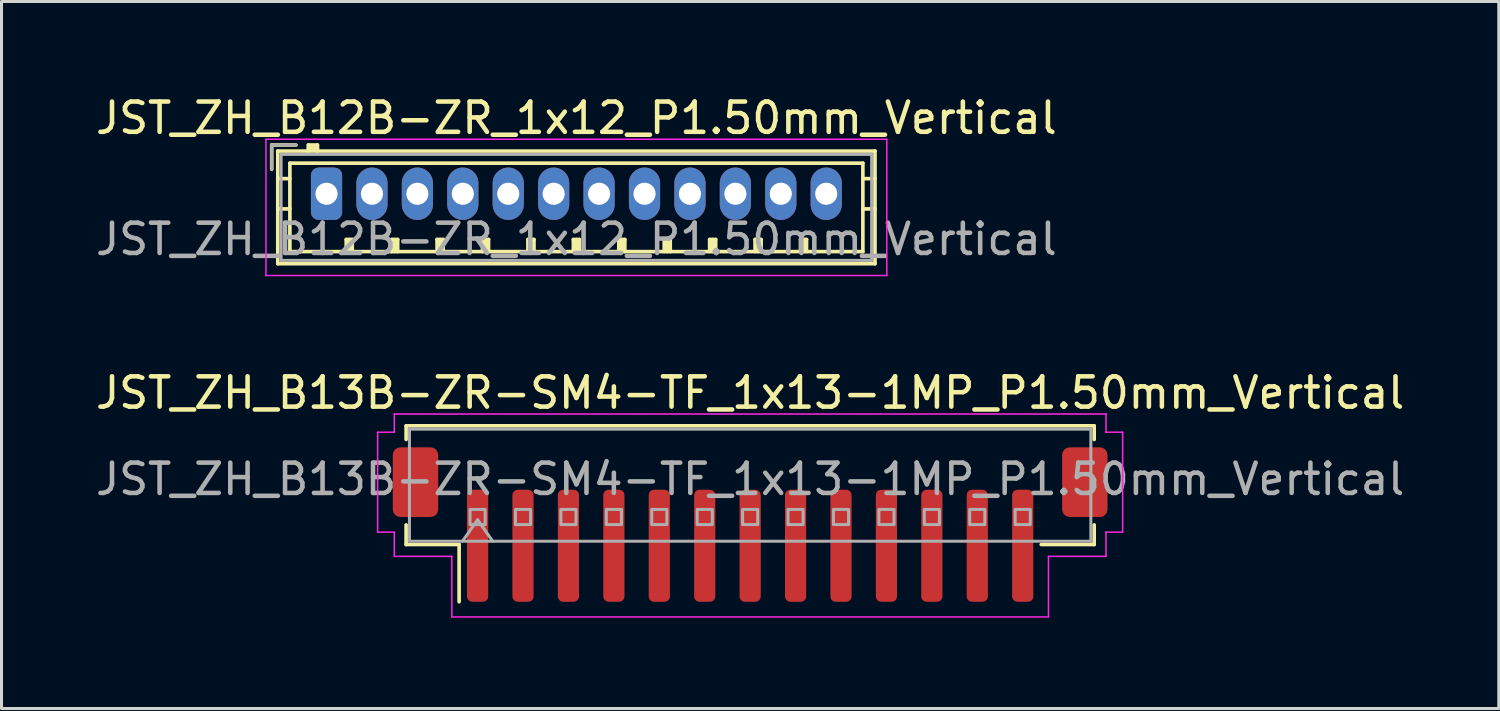
<source format=kicad_pcb>
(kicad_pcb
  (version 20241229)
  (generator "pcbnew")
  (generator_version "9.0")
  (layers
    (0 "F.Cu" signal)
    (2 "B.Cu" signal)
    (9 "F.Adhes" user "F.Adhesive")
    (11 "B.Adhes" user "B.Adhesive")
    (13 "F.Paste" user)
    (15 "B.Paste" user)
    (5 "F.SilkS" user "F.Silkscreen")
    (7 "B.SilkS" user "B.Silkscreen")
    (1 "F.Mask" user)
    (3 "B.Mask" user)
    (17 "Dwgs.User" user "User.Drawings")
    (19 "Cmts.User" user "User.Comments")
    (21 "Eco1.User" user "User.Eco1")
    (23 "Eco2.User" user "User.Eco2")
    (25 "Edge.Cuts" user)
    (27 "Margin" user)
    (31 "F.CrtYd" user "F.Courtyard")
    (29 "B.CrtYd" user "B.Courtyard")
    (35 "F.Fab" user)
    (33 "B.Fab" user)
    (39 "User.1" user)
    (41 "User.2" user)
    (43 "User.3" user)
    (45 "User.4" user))
  (footprint "JST_ZH_B12B-ZR_1x12_P1.50mm_Vertical"
    (layer "F.Cu")
    (at 7.732 3.348)
    (property "Reference" "JST_ZH_B12B-ZR_1x12_P1.50mm_Vertical" (at 8.25 -2.5 0) (layer "F.SilkS") (effects (font (size 1 1) (thickness 0.15))))
    (attr through_hole)
    (fp_line (start -1.81 -1.61) (end -1.81 -0.81) (stroke (width 0.12) (type solid)) (layer "F.SilkS"))
    (fp_line (start -1.61 -1.41) (end -1.61 2.31) (stroke (width 0.12) (type solid)) (layer "F.SilkS"))
    (fp_line (start -1.61 -0.5) (end -1.21 -0.5) (stroke (width 0.12) (type solid)) (layer "F.SilkS"))
    (fp_line (start -1.61 0.5) (end -1.21 0.5) (stroke (width 0.12) (type solid)) (layer "F.SilkS"))
    (fp_line (start -1.61 2.31) (end 18.11 2.31) (stroke (width 0.12) (type solid)) (layer "F.SilkS"))
    (fp_line (start -1.21 -1.01) (end -1.21 1.91) (stroke (width 0.12) (type solid)) (layer "F.SilkS"))
    (fp_line (start -1.21 1.91) (end 17.71 1.91) (stroke (width 0.12) (type solid)) (layer "F.SilkS"))
    (fp_line (start -1.01 -1.61) (end -1.81 -1.61) (stroke (width 0.12) (type solid)) (layer "F.SilkS"))
    (fp_line (start -0.6 -1.61) (end -0.6 -1.41) (stroke (width 0.12) (type solid)) (layer "F.SilkS"))
    (fp_line (start -0.3 -1.61) (end -0.6 -1.61) (stroke (width 0.12) (type solid)) (layer "F.SilkS"))
    (fp_line (start -0.3 -1.51) (end -0.6 -1.51) (stroke (width 0.12) (type solid)) (layer "F.SilkS"))
    (fp_line (start -0.3 -1.41) (end -0.3 -1.61) (stroke (width 0.12) (type solid)) (layer "F.SilkS"))
    (fp_line (start 0.65 1.51) (end 0.85 1.51) (stroke (width 0.12) (type solid)) (layer "F.SilkS"))
    (fp_line (start 0.65 1.91) (end 0.65 1.51) (stroke (width 0.12) (type solid)) (layer "F.SilkS"))
    (fp_line (start 0.75 1.91) (end 0.75 1.51) (stroke (width 0.12) (type solid)) (layer "F.SilkS"))
    (fp_line (start 0.85 1.51) (end 0.85 1.91) (stroke (width 0.12) (type solid)) (layer "F.SilkS"))
    (fp_line (start 2.15 1.51) (end 2.35 1.51) (stroke (width 0.12) (type solid)) (layer "F.SilkS"))
    (fp_line (start 2.15 1.91) (end 2.15 1.51) (stroke (width 0.12) (type solid)) (layer "F.SilkS"))
    (fp_line (start 2.25 1.91) (end 2.25 1.51) (stroke (width 0.12) (type solid)) (layer "F.SilkS"))
    (fp_line (start 2.35 1.51) (end 2.35 1.91) (stroke (width 0.12) (type solid)) (layer "F.SilkS"))
    (fp_line (start 3.65 1.51) (end 3.85 1.51) (stroke (width 0.12) (type solid)) (layer "F.SilkS"))
    (fp_line (start 3.65 1.91) (end 3.65 1.51) (stroke (width 0.12) (type solid)) (layer "F.SilkS"))
    (fp_line (start 3.75 1.91) (end 3.75 1.51) (stroke (width 0.12) (type solid)) (layer "F.SilkS"))
    (fp_line (start 3.85 1.51) (end 3.85 1.91) (stroke (width 0.12) (type solid)) (layer "F.SilkS"))
    (fp_line (start 5.15 1.51) (end 5.35 1.51) (stroke (width 0.12) (type solid)) (layer "F.SilkS"))
    (fp_line (start 5.15 1.91) (end 5.15 1.51) (stroke (width 0.12) (type solid)) (layer "F.SilkS"))
    (fp_line (start 5.25 1.91) (end 5.25 1.51) (stroke (width 0.12) (type solid)) (layer "F.SilkS"))
    (fp_line (start 5.35 1.51) (end 5.35 1.91) (stroke (width 0.12) (type solid)) (layer "F.SilkS"))
    (fp_line (start 6.65 1.51) (end 6.85 1.51) (stroke (width 0.12) (type solid)) (layer "F.SilkS"))
    (fp_line (start 6.65 1.91) (end 6.65 1.51) (stroke (width 0.12) (type solid)) (layer "F.SilkS"))
    (fp_line (start 6.75 1.91) (end 6.75 1.51) (stroke (width 0.12) (type solid)) (layer "F.SilkS"))
    (fp_line (start 6.85 1.51) (end 6.85 1.91) (stroke (width 0.12) (type solid)) (layer "F.SilkS"))
    (fp_line (start 8.15 1.51) (end 8.35 1.51) (stroke (width 0.12) (type solid)) (layer "F.SilkS"))
    (fp_line (start 8.15 1.91) (end 8.15 1.51) (stroke (width 0.12) (type solid)) (layer "F.SilkS"))
    (fp_line (start 8.25 1.91) (end 8.25 1.51) (stroke (width 0.12) (type solid)) (layer "F.SilkS"))
    (fp_line (start 8.35 1.51) (end 8.35 1.91) (stroke (width 0.12) (type solid)) (layer "F.SilkS"))
    (fp_line (start 9.65 1.51) (end 9.85 1.51) (stroke (width 0.12) (type solid)) (layer "F.SilkS"))
    (fp_line (start 9.65 1.91) (end 9.65 1.51) (stroke (width 0.12) (type solid)) (layer "F.SilkS"))
    (fp_line (start 9.75 1.91) (end 9.75 1.51) (stroke (width 0.12) (type solid)) (layer "F.SilkS"))
    (fp_line (start 9.85 1.51) (end 9.85 1.91) (stroke (width 0.12) (type solid)) (layer "F.SilkS"))
    (fp_line (start 11.15 1.51) (end 11.35 1.51) (stroke (width 0.12) (type solid)) (layer "F.SilkS"))
    (fp_line (start 11.15 1.91) (end 11.15 1.51) (stroke (width 0.12) (type solid)) (layer "F.SilkS"))
    (fp_line (start 11.25 1.91) (end 11.25 1.51) (stroke (width 0.12) (type solid)) (layer "F.SilkS"))
    (fp_line (start 11.35 1.51) (end 11.35 1.91) (stroke (width 0.12) (type solid)) (layer "F.SilkS"))
    (fp_line (start 12.65 1.51) (end 12.85 1.51) (stroke (width 0.12) (type solid)) (layer "F.SilkS"))
    (fp_line (start 12.65 1.91) (end 12.65 1.51) (stroke (width 0.12) (type solid)) (layer "F.SilkS"))
    (fp_line (start 12.75 1.91) (end 12.75 1.51) (stroke (width 0.12) (type solid)) (layer "F.SilkS"))
    (fp_line (start 12.85 1.51) (end 12.85 1.91) (stroke (width 0.12) (type solid)) (layer "F.SilkS"))
    (fp_line (start 14.15 1.51) (end 14.35 1.51) (stroke (width 0.12) (type solid)) (layer "F.SilkS"))
    (fp_line (start 14.15 1.91) (end 14.15 1.51) (stroke (width 0.12) (type solid)) (layer "F.SilkS"))
    (fp_line (start 14.25 1.91) (end 14.25 1.51) (stroke (width 0.12) (type solid)) (layer "F.SilkS"))
    (fp_line (start 14.35 1.51) (end 14.35 1.91) (stroke (width 0.12) (type solid)) (layer "F.SilkS"))
    (fp_line (start 15.65 1.51) (end 15.85 1.51) (stroke (width 0.12) (type solid)) (layer "F.SilkS"))
    (fp_line (start 15.65 1.91) (end 15.65 1.51) (stroke (width 0.12) (type solid)) (layer "F.SilkS"))
    (fp_line (start 15.75 1.91) (end 15.75 1.51) (stroke (width 0.12) (type solid)) (layer "F.SilkS"))
    (fp_line (start 15.85 1.51) (end 15.85 1.91) (stroke (width 0.12) (type solid)) (layer "F.SilkS"))
    (fp_line (start 17.71 -1.01) (end -1.21 -1.01) (stroke (width 0.12) (type solid)) (layer "F.SilkS"))
    (fp_line (start 17.71 1.91) (end 17.71 -1.01) (stroke (width 0.12) (type solid)) (layer "F.SilkS"))
    (fp_line (start 18.11 -1.41) (end -1.61 -1.41) (stroke (width 0.12) (type solid)) (layer "F.SilkS"))
    (fp_line (start 18.11 -0.5) (end 17.71 -0.5) (stroke (width 0.12) (type solid)) (layer "F.SilkS"))
    (fp_line (start 18.11 0.5) (end 17.71 0.5) (stroke (width 0.12) (type solid)) (layer "F.SilkS"))
    (fp_line (start 18.11 2.31) (end 18.11 -1.41) (stroke (width 0.12) (type solid)) (layer "F.SilkS"))
    (fp_line (start -2 -1.8) (end -2 2.7) (stroke (width 0.05) (type solid)) (layer "F.CrtYd"))
    (fp_line (start -2 2.7) (end 18.5 2.7) (stroke (width 0.05) (type solid)) (layer "F.CrtYd"))
    (fp_line (start 18.5 -1.8) (end -2 -1.8) (stroke (width 0.05) (type solid)) (layer "F.CrtYd"))
    (fp_line (start 18.5 2.7) (end 18.5 -1.8) (stroke (width 0.05) (type solid)) (layer "F.CrtYd"))
    (fp_line (start -1.81 -1.61) (end -1.81 -0.81) (stroke (width 0.1) (type solid)) (layer "F.Fab"))
    (fp_line (start -1.5 -1.3) (end -1.5 2.2) (stroke (width 0.1) (type solid)) (layer "F.Fab"))
    (fp_line (start -1.5 2.2) (end 18 2.2) (stroke (width 0.1) (type solid)) (layer "F.Fab"))
    (fp_line (start -1.01 -1.61) (end -1.81 -1.61) (stroke (width 0.1) (type solid)) (layer "F.Fab"))
    (fp_line (start 18 -1.3) (end -1.5 -1.3) (stroke (width 0.1) (type solid)) (layer "F.Fab"))
    (fp_line (start 18 2.2) (end 18 -1.3) (stroke (width 0.1) (type solid)) (layer "F.Fab"))
    (fp_text user "${REFERENCE}" (at 8.25 1.5 0) (layer "F.Fab") (effects (font (size 1 1) (thickness 0.15))))
    (pad "1" thru_hole roundrect (at 0 0) (size 1.03 1.73) (drill 0.73) (layers "*.Cu" "*.Mask") (roundrect_rratio 0.243))
    (pad "2" thru_hole oval (at 1.5 0) (size 1.03 1.73) (drill 0.73) (layers "*.Cu" "*.Mask"))
    (pad "3" thru_hole oval (at 3 0) (size 1.03 1.73) (drill 0.73) (layers "*.Cu" "*.Mask"))
    (pad "4" thru_hole oval (at 4.5 0) (size 1.03 1.73) (drill 0.73) (layers "*.Cu" "*.Mask"))
    (pad "5" thru_hole oval (at 6 0) (size 1.03 1.73) (drill 0.73) (layers "*.Cu" "*.Mask"))
    (pad "6" thru_hole oval (at 7.5 0) (size 1.03 1.73) (drill 0.73) (layers "*.Cu" "*.Mask"))
    (pad "7" thru_hole oval (at 9 0) (size 1.03 1.73) (drill 0.73) (layers "*.Cu" "*.Mask"))
    (pad "8" thru_hole oval (at 10.5 0) (size 1.03 1.73) (drill 0.73) (layers "*.Cu" "*.Mask"))
    (pad "9" thru_hole oval (at 12 0) (size 1.03 1.73) (drill 0.73) (layers "*.Cu" "*.Mask"))
    (pad "10" thru_hole oval (at 13.5 0) (size 1.03 1.73) (drill 0.73) (layers "*.Cu" "*.Mask"))
    (pad "11" thru_hole oval (at 15 0) (size 1.03 1.73) (drill 0.73) (layers "*.Cu" "*.Mask"))
    (pad "12" thru_hole oval (at 16.5 0) (size 1.03 1.73) (drill 0.73) (layers "*.Cu" "*.Mask")))
  (footprint "JST_ZH_B13B-ZR-SM4-TF_1x13-1MP_P1.50mm_Vertical"
    (layer "F.Cu")
    (at 21.72 14.271)
    (property "Reference" "JST_ZH_B13B-ZR-SM4-TF_1x13-1MP_P1.50mm_Vertical" (at 0 -4.35 0) (layer "F.SilkS") (effects (font (size 1 1) (thickness 0.15))))
    (attr smd)
    (fp_line (start -11.36 -3.26) (end 11.36 -3.26) (stroke (width 0.12) (type solid)) (layer "F.SilkS"))
    (fp_line (start -11.36 -2.81) (end -11.36 -3.26) (stroke (width 0.12) (type solid)) (layer "F.SilkS"))
    (fp_line (start -11.36 0.01) (end -11.36 0.66) (stroke (width 0.12) (type solid)) (layer "F.SilkS"))
    (fp_line (start -11.36 0.66) (end -9.61 0.66) (stroke (width 0.12) (type solid)) (layer "F.SilkS"))
    (fp_line (start -9.61 0.66) (end -9.61 2.55) (stroke (width 0.12) (type solid)) (layer "F.SilkS"))
    (fp_line (start 11.36 -3.26) (end 11.36 -2.81) (stroke (width 0.12) (type solid)) (layer "F.SilkS"))
    (fp_line (start 11.36 0.01) (end 11.36 0.66) (stroke (width 0.12) (type solid)) (layer "F.SilkS"))
    (fp_line (start 11.36 0.66) (end 9.61 0.66) (stroke (width 0.12) (type solid)) (layer "F.SilkS"))
    (fp_line (start -12.3 -3.05) (end -11.75 -3.05) (stroke (width 0.05) (type solid)) (layer "F.CrtYd"))
    (fp_line (start -12.3 0.25) (end -12.3 -3.05) (stroke (width 0.05) (type solid)) (layer "F.CrtYd"))
    (fp_line (start -11.75 -3.65) (end 11.75 -3.65) (stroke (width 0.05) (type solid)) (layer "F.CrtYd"))
    (fp_line (start -11.75 -3.05) (end -11.75 -3.65) (stroke (width 0.05) (type solid)) (layer "F.CrtYd"))
    (fp_line (start -11.75 0.25) (end -12.3 0.25) (stroke (width 0.05) (type solid)) (layer "F.CrtYd"))
    (fp_line (start -11.75 1.05) (end -11.75 0.25) (stroke (width 0.05) (type solid)) (layer "F.CrtYd"))
    (fp_line (start -9.85 1.05) (end -11.75 1.05) (stroke (width 0.05) (type solid)) (layer "F.CrtYd"))
    (fp_line (start -9.85 3.05) (end -9.85 1.05) (stroke (width 0.05) (type solid)) (layer "F.CrtYd"))
    (fp_line (start 9.85 1.05) (end 9.85 3.05) (stroke (width 0.05) (type solid)) (layer "F.CrtYd"))
    (fp_line (start 9.85 3.05) (end -9.85 3.05) (stroke (width 0.05) (type solid)) (layer "F.CrtYd"))
    (fp_line (start 11.75 -3.65) (end 11.75 -3.05) (stroke (width 0.05) (type solid)) (layer "F.CrtYd"))
    (fp_line (start 11.75 -3.05) (end 12.3 -3.05) (stroke (width 0.05) (type solid)) (layer "F.CrtYd"))
    (fp_line (start 11.75 0.25) (end 11.75 1.05) (stroke (width 0.05) (type solid)) (layer "F.CrtYd"))
    (fp_line (start 11.75 1.05) (end 9.85 1.05) (stroke (width 0.05) (type solid)) (layer "F.CrtYd"))
    (fp_line (start 12.3 -3.05) (end 12.3 0.25) (stroke (width 0.05) (type solid)) (layer "F.CrtYd"))
    (fp_line (start 12.3 0.25) (end 11.75 0.25) (stroke (width 0.05) (type solid)) (layer "F.CrtYd"))
    (fp_line (start -11.25 -3.15) (end 11.25 -3.15) (stroke (width 0.1) (type solid)) (layer "F.Fab"))
    (fp_line (start -11.25 0.55) (end -11.25 -3.15) (stroke (width 0.1) (type solid)) (layer "F.Fab"))
    (fp_line (start -11.25 0.55) (end 11.25 0.55) (stroke (width 0.1) (type solid)) (layer "F.Fab"))
    (fp_line (start -9.5 0.55) (end -9 -0.157) (stroke (width 0.1) (type solid)) (layer "F.Fab"))
    (fp_line (start -9 -0.157) (end -8.5 0.55) (stroke (width 0.1) (type solid)) (layer "F.Fab"))
    (fp_line (start 11.25 0.55) (end 11.25 -3.15) (stroke (width 0.1) (type solid)) (layer "F.Fab"))
    (fp_rect (start -9.25 -0.5) (end -8.75 0) (stroke (width 0.1) (type solid)) (fill no) (layer "F.Fab"))
    (fp_rect (start -7.75 -0.5) (end -7.25 0) (stroke (width 0.1) (type solid)) (fill no) (layer "F.Fab"))
    (fp_rect (start -6.25 -0.5) (end -5.75 0) (stroke (width 0.1) (type solid)) (fill no) (layer "F.Fab"))
    (fp_rect (start -4.75 -0.5) (end -4.25 0) (stroke (width 0.1) (type solid)) (fill no) (layer "F.Fab"))
    (fp_rect (start -3.25 -0.5) (end -2.75 0) (stroke (width 0.1) (type solid)) (fill no) (layer "F.Fab"))
    (fp_rect (start -1.75 -0.5) (end -1.25 0) (stroke (width 0.1) (type solid)) (fill no) (layer "F.Fab"))
    (fp_rect (start -0.25 -0.5) (end 0.25 0) (stroke (width 0.1) (type solid)) (fill no) (layer "F.Fab"))
    (fp_rect (start 1.25 -0.5) (end 1.75 0) (stroke (width 0.1) (type solid)) (fill no) (layer "F.Fab"))
    (fp_rect (start 2.75 -0.5) (end 3.25 0) (stroke (width 0.1) (type solid)) (fill no) (layer "F.Fab"))
    (fp_rect (start 4.25 -0.5) (end 4.75 0) (stroke (width 0.1) (type solid)) (fill no) (layer "F.Fab"))
    (fp_rect (start 5.75 -0.5) (end 6.25 0) (stroke (width 0.1) (type solid)) (fill no) (layer "F.Fab"))
    (fp_rect (start 7.25 -0.5) (end 7.75 0) (stroke (width 0.1) (type solid)) (fill no) (layer "F.Fab"))
    (fp_rect (start 8.75 -0.5) (end 9.25 0) (stroke (width 0.1) (type solid)) (fill no) (layer "F.Fab"))
    (fp_text user "${REFERENCE}" (at 0 -1.5 0) (layer "F.Fab") (effects (font (size 1 1) (thickness 0.15))))
    (pad "1" smd roundrect (at -9 0.7) (size 0.7 3.7) (layers "F.Cu" "F.Mask" "F.Paste") (roundrect_rratio 0.25))
    (pad "2" smd roundrect (at -7.5 0.7) (size 0.7 3.7) (layers "F.Cu" "F.Mask" "F.Paste") (roundrect_rratio 0.25))
    (pad "3" smd roundrect (at -6 0.7) (size 0.7 3.7) (layers "F.Cu" "F.Mask" "F.Paste") (roundrect_rratio 0.25))
    (pad "4" smd roundrect (at -4.5 0.7) (size 0.7 3.7) (layers "F.Cu" "F.Mask" "F.Paste") (roundrect_rratio 0.25))
    (pad "5" smd roundrect (at -3 0.7) (size 0.7 3.7) (layers "F.Cu" "F.Mask" "F.Paste") (roundrect_rratio 0.25))
    (pad "6" smd roundrect (at -1.5 0.7) (size 0.7 3.7) (layers "F.Cu" "F.Mask" "F.Paste") (roundrect_rratio 0.25))
    (pad "7" smd roundrect (at 0 0.7) (size 0.7 3.7) (layers "F.Cu" "F.Mask" "F.Paste") (roundrect_rratio 0.25))
    (pad "8" smd roundrect (at 1.5 0.7) (size 0.7 3.7) (layers "F.Cu" "F.Mask" "F.Paste") (roundrect_rratio 0.25))
    (pad "9" smd roundrect (at 3 0.7) (size 0.7 3.7) (layers "F.Cu" "F.Mask" "F.Paste") (roundrect_rratio 0.25))
    (pad "10" smd roundrect (at 4.5 0.7) (size 0.7 3.7) (layers "F.Cu" "F.Mask" "F.Paste") (roundrect_rratio 0.25))
    (pad "11" smd roundrect (at 6 0.7) (size 0.7 3.7) (layers "F.Cu" "F.Mask" "F.Paste") (roundrect_rratio 0.25))
    (pad "12" smd roundrect (at 7.5 0.7) (size 0.7 3.7) (layers "F.Cu" "F.Mask" "F.Paste") (roundrect_rratio 0.25))
    (pad "13" smd roundrect (at 9 0.7) (size 0.7 3.7) (layers "F.Cu" "F.Mask" "F.Paste") (roundrect_rratio 0.25))
    (pad "MP" smd roundrect (at -11.05 -1.4) (size 1.5 2.3) (layers "F.Cu" "F.Mask" "F.Paste") (roundrect_rratio 0.167))
    (pad "MP" smd roundrect (at 11.05 -1.4) (size 1.5 2.3) (layers "F.Cu" "F.Mask" "F.Paste") (roundrect_rratio 0.167)))
  (gr_rect
    (start -3 -3)
    (end 46.44 20.346)
    (stroke (width 0.1) (type default))
    (fill no)
    (layer "Edge.Cuts")))
</source>
